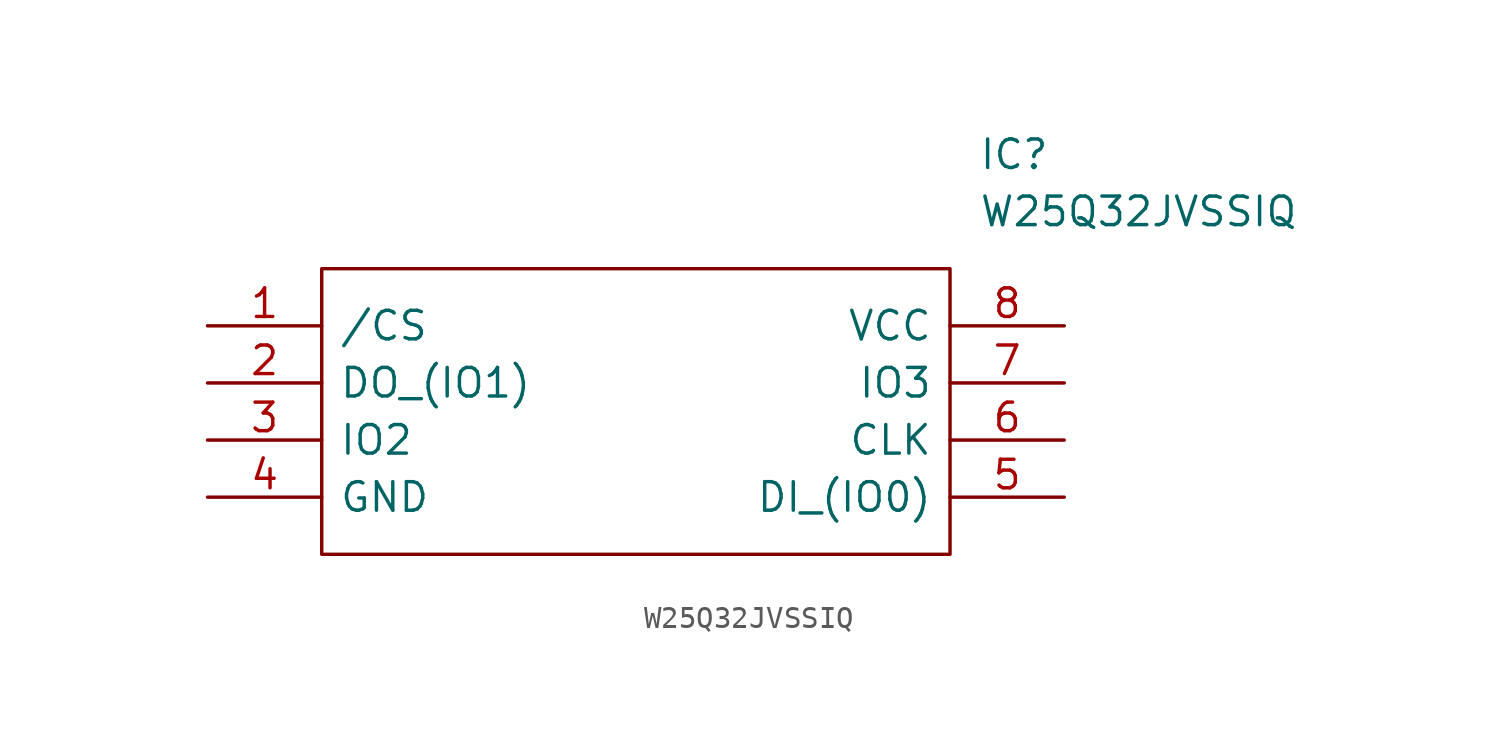
<source format=kicad_sym>
(kicad_symbol_lib
  (version 20211014)
  (generator kicad_symbol_editor)
  (symbol "W25Q32JVSSIQ"
    (pin_names
      (offset 0.762))
    (property "Reference" "IC"
      (at 34.29 7.62 0)
      (effects (font (size 1.27 1.27)) (justify left)))
    (property "Value" "W25Q32JVSSIQ"
      (at 34.29 5.08 0)
      (effects (font (size 1.27 1.27)) (justify left)))
    (symbol "W25Q32JVSSIQ_0_0"
      (pin passive line (at 0 0 0) (length 5.08) (name "/CS" (effects (font (size 1.27 1.27)))) (number "1" (effects (font (size 1.27 1.27)))))
      (pin passive line (at 0 -2.54 0) (length 5.08) (name "DO_(IO1)" (effects (font (size 1.27 1.27)))) (number "2" (effects (font (size 1.27 1.27)))))
      (pin passive line (at 0 -5.08 0) (length 5.08) (name "IO2" (effects (font (size 1.27 1.27)))) (number "3" (effects (font (size 1.27 1.27)))))
      (pin passive line (at 0 -7.62 0) (length 5.08) (name "GND" (effects (font (size 1.27 1.27)))) (number "4" (effects (font (size 1.27 1.27)))))
      (pin passive line (at 38.1 -7.62 180) (length 5.08) (name "DI_(IO0)" (effects (font (size 1.27 1.27)))) (number "5" (effects (font (size 1.27 1.27)))))
      (pin passive line (at 38.1 -5.08 180) (length 5.08) (name "CLK" (effects (font (size 1.27 1.27)))) (number "6" (effects (font (size 1.27 1.27)))))
      (pin passive line (at 38.1 -2.54 180) (length 5.08) (name "IO3" (effects (font (size 1.27 1.27)))) (number "7" (effects (font (size 1.27 1.27)))))
      (pin passive line (at 38.1 0 180) (length 5.08) (name "VCC" (effects (font (size 1.27 1.27)))) (number "8" (effects (font (size 1.27 1.27))))))
    (symbol "W25Q32JVSSIQ_0_1"
      (polyline (pts (xy 5.08 2.54) (xy 33.02 2.54) (xy 33.02 -10.16) (xy 5.08 -10.16) (xy 5.08 2.54)) (stroke (width 0.152) (type default) (color 0 0 0 0)) (fill (type none))))))
</source>
